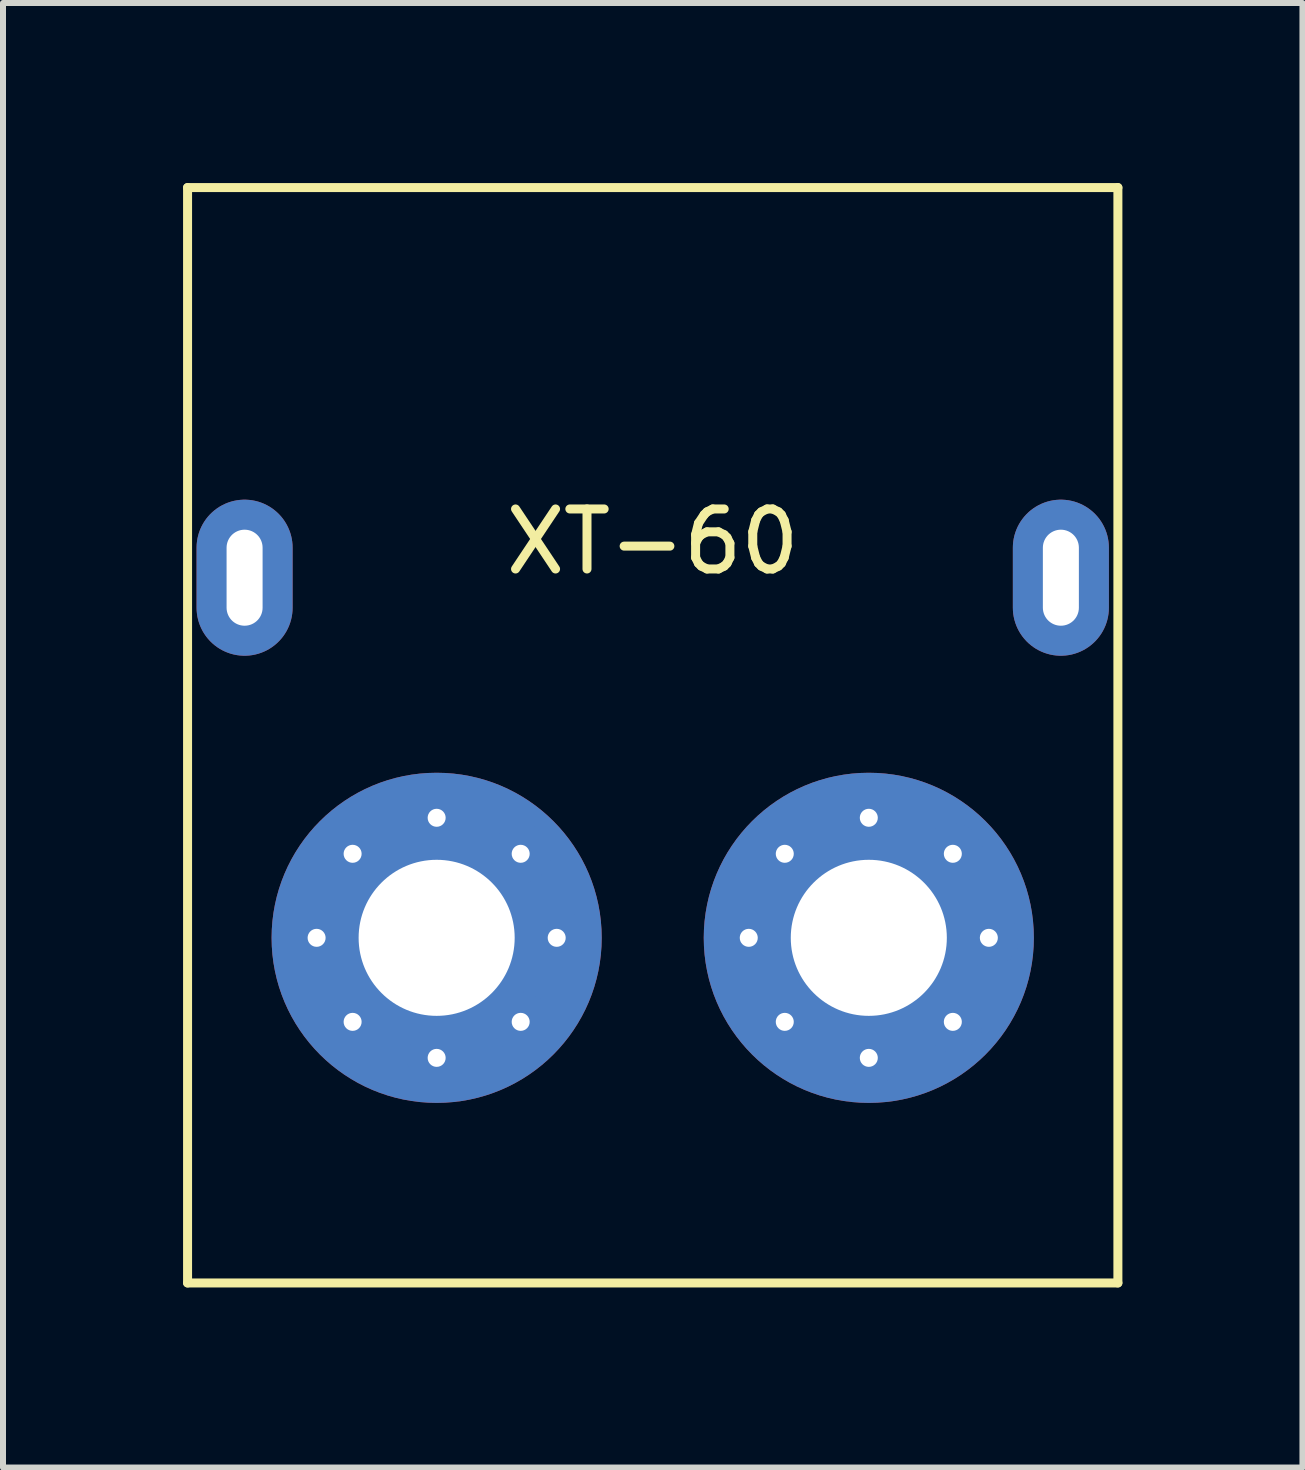
<source format=kicad_pcb>
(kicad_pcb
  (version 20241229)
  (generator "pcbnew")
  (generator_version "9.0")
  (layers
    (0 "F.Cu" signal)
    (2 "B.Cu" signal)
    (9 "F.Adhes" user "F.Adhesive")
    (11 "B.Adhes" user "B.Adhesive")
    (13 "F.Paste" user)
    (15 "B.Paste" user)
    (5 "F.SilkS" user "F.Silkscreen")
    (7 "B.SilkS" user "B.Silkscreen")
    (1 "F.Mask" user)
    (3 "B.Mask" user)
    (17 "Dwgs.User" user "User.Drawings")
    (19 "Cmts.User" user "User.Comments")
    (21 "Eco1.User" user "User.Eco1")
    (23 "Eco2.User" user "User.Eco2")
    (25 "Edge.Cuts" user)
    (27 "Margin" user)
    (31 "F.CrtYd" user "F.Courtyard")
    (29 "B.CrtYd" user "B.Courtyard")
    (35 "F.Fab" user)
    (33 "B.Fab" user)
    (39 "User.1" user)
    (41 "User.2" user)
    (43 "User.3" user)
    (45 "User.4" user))
  (footprint "XT-60"
    (layer "F.Cu")
    (at 7.825 12.575)
    (property "Reference" "XT-60" (at 0 -6.6 0) (layer "F.SilkS") (effects (font (size 1 1) (thickness 0.15))))
    (attr through_hole)
    (fp_line (start -7.75 -12.5) (end -7.75 5.75) (stroke (width 0.15) (type solid)) (layer "F.SilkS"))
    (fp_line (start -7.75 -12.5) (end 7.75 -12.5) (stroke (width 0.15) (type solid)) (layer "F.SilkS"))
    (fp_line (start -7.75 5.75) (end 7.75 5.75) (stroke (width 0.15) (type solid)) (layer "F.SilkS"))
    (fp_line (start 7.75 -12.5) (end 7.75 5.75) (stroke (width 0.15) (type solid)) (layer "F.SilkS"))
    (pad "" thru_hole oval (at -6.8 -6) (size 1.6 2.6) (drill oval 0.6 1.6) (layers "*.Cu" "*.Mask"))
    (pad "" thru_hole oval (at 6.8 -6) (size 1.6 2.6) (drill oval 0.6 1.6) (layers "*.Cu" "*.Mask"))
    (pad "1" thru_hole circle (at 1.6 0) (size 1 1) (drill 0.3) (layers "*.Cu" "*.Mask"))
    (pad "1" thru_hole circle (at 2.2 -1.4) (size 1 1) (drill 0.3) (layers "*.Cu" "*.Mask"))
    (pad "1" thru_hole circle (at 2.2 1.4) (size 1 1) (drill 0.3) (layers "*.Cu" "*.Mask"))
    (pad "1" thru_hole circle (at 3.6 -2) (size 1 1) (drill 0.3) (layers "*.Cu" "*.Mask"))
    (pad "1" thru_hole circle (at 3.6 0) (size 5.5 5.5) (drill 2.6) (layers "*.Cu" "*.Mask"))
    (pad "1" thru_hole circle (at 3.6 2) (size 1 1) (drill 0.3) (layers "*.Cu" "*.Mask"))
    (pad "1" thru_hole circle (at 5 -1.4) (size 1 1) (drill 0.3) (layers "*.Cu" "*.Mask"))
    (pad "1" thru_hole circle (at 5 1.4) (size 1 1) (drill 0.3) (layers "*.Cu" "*.Mask"))
    (pad "1" thru_hole circle (at 5.6 0) (size 1 1) (drill 0.3) (layers "*.Cu" "*.Mask"))
    (pad "2" thru_hole circle (at -5.6 0) (size 1 1) (drill 0.3) (layers "*.Cu" "*.Mask"))
    (pad "2" thru_hole circle (at -5 -1.4) (size 1 1) (drill 0.3) (layers "*.Cu" "*.Mask"))
    (pad "2" thru_hole circle (at -5 1.4) (size 1 1) (drill 0.3) (layers "*.Cu" "*.Mask"))
    (pad "2" thru_hole circle (at -3.6 -2) (size 1 1) (drill 0.3) (layers "*.Cu" "*.Mask"))
    (pad "2" thru_hole circle (at -3.6 0) (size 5.5 5.5) (drill 2.6) (layers "*.Cu" "*.Mask"))
    (pad "2" thru_hole circle (at -3.6 2) (size 1 1) (drill 0.3) (layers "*.Cu" "*.Mask"))
    (pad "2" thru_hole circle (at -2.2 -1.4) (size 1 1) (drill 0.3) (layers "*.Cu" "*.Mask"))
    (pad "2" thru_hole circle (at -2.2 1.4) (size 1 1) (drill 0.3) (layers "*.Cu" "*.Mask"))
    (pad "2" thru_hole circle (at -1.6 0) (size 1 1) (drill 0.3) (layers "*.Cu" "*.Mask")))
  (gr_rect
    (start -3 -3)
    (end 18.65 21.4)
    (stroke (width 0.1) (type default))
    (fill no)
    (layer "Edge.Cuts")))
</source>
